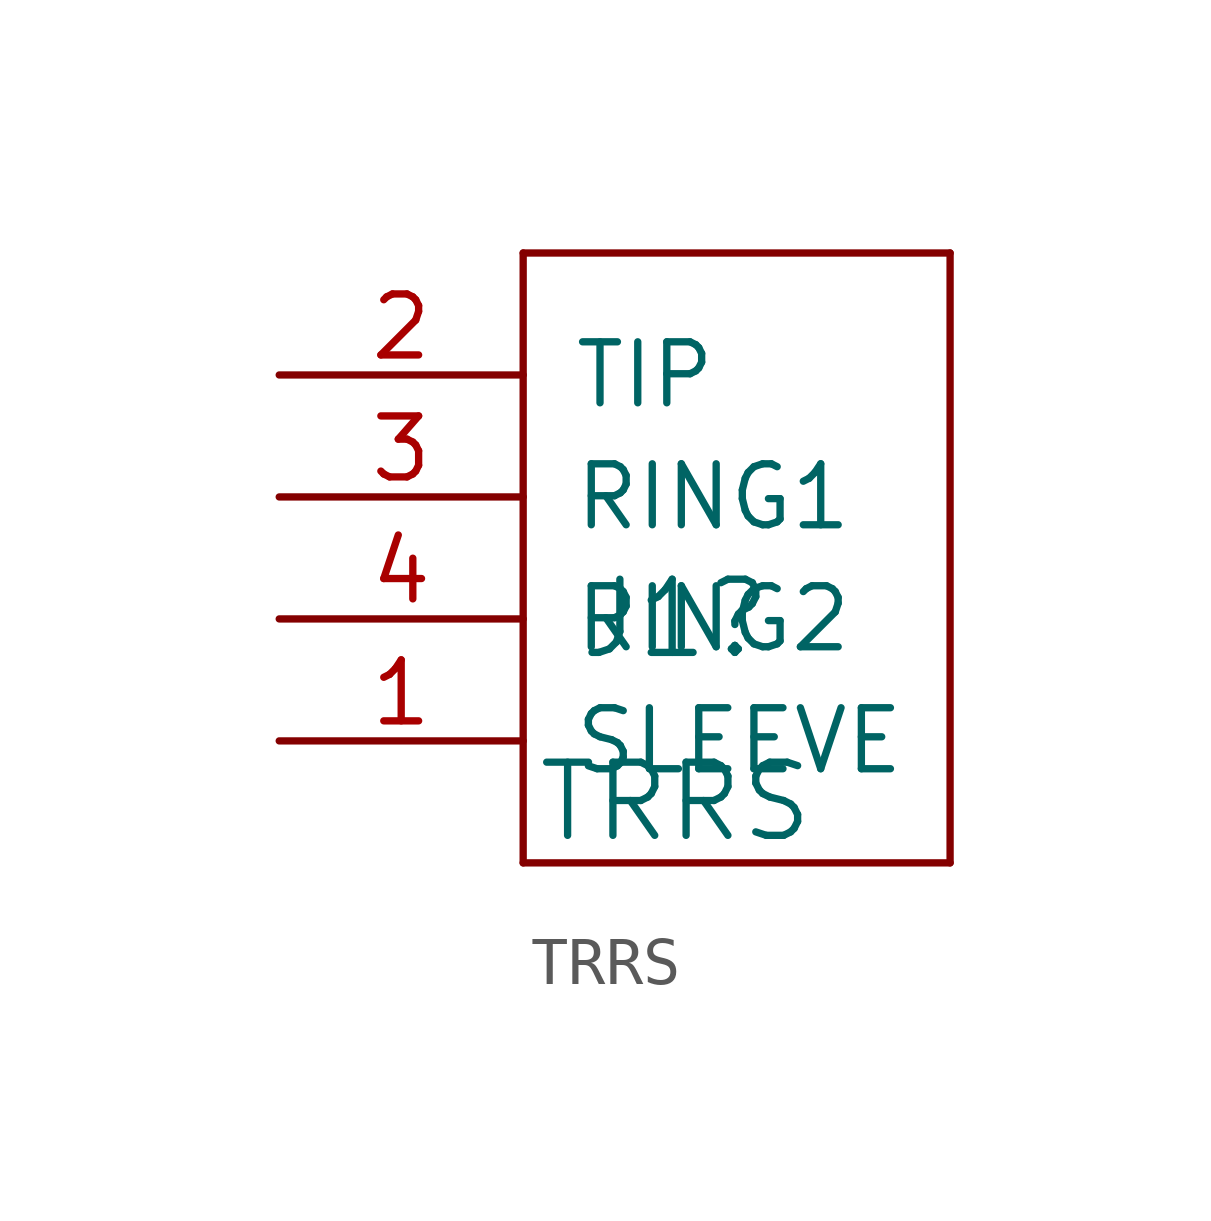
<source format=kicad_sym>
(kicad_symbol_lib
  (version 20211014)
  (generator kicad_symbol_editor)
  (symbol "TRRS"
    (pin_names
      (offset 1.016))
    (property "Reference" "J1"
      (at -0.635 5.08 0)
      (effects (font (size 1.524 1.524))))
    (property "Value" "TRRS"
      (at -0.635 1.27 0)
      (effects (font (size 1.524 1.524))))
    (symbol "TRRS_0_1"
      (rectangle (start -3.81 0) (end -3.81 12.7) (stroke (width 0) (type default) (color 0 0 0 0)) (fill (type none)))
      (rectangle (start -3.81 12.7) (end 5.08 12.7) (stroke (width 0) (type default) (color 0 0 0 0)) (fill (type none)))
      (rectangle (start 5.08 0) (end -3.81 0) (stroke (width 0) (type default) (color 0 0 0 0)) (fill (type none)))
      (rectangle (start 5.08 12.7) (end 5.08 0) (stroke (width 0) (type default) (color 0 0 0 0)) (fill (type none))))
    (symbol "TRRS_1_1"
      (pin input line (at -8.89 2.54 0) (length 5.08) (name "SLEEVE" (effects (font (size 1.27 1.27)))) (number "1" (effects (font (size 1.27 1.27)))))
      (pin input line (at -8.89 10.16 0) (length 5.08) (name "TIP" (effects (font (size 1.27 1.27)))) (number "2" (effects (font (size 1.27 1.27)))))
      (pin input line (at -8.89 7.62 0) (length 5.08) (name "RING1" (effects (font (size 1.27 1.27)))) (number "3" (effects (font (size 1.27 1.27)))))
      (pin input line (at -8.89 5.08 0) (length 5.08) (name "RING2" (effects (font (size 1.27 1.27)))) (number "4" (effects (font (size 1.27 1.27))))))))
</source>
